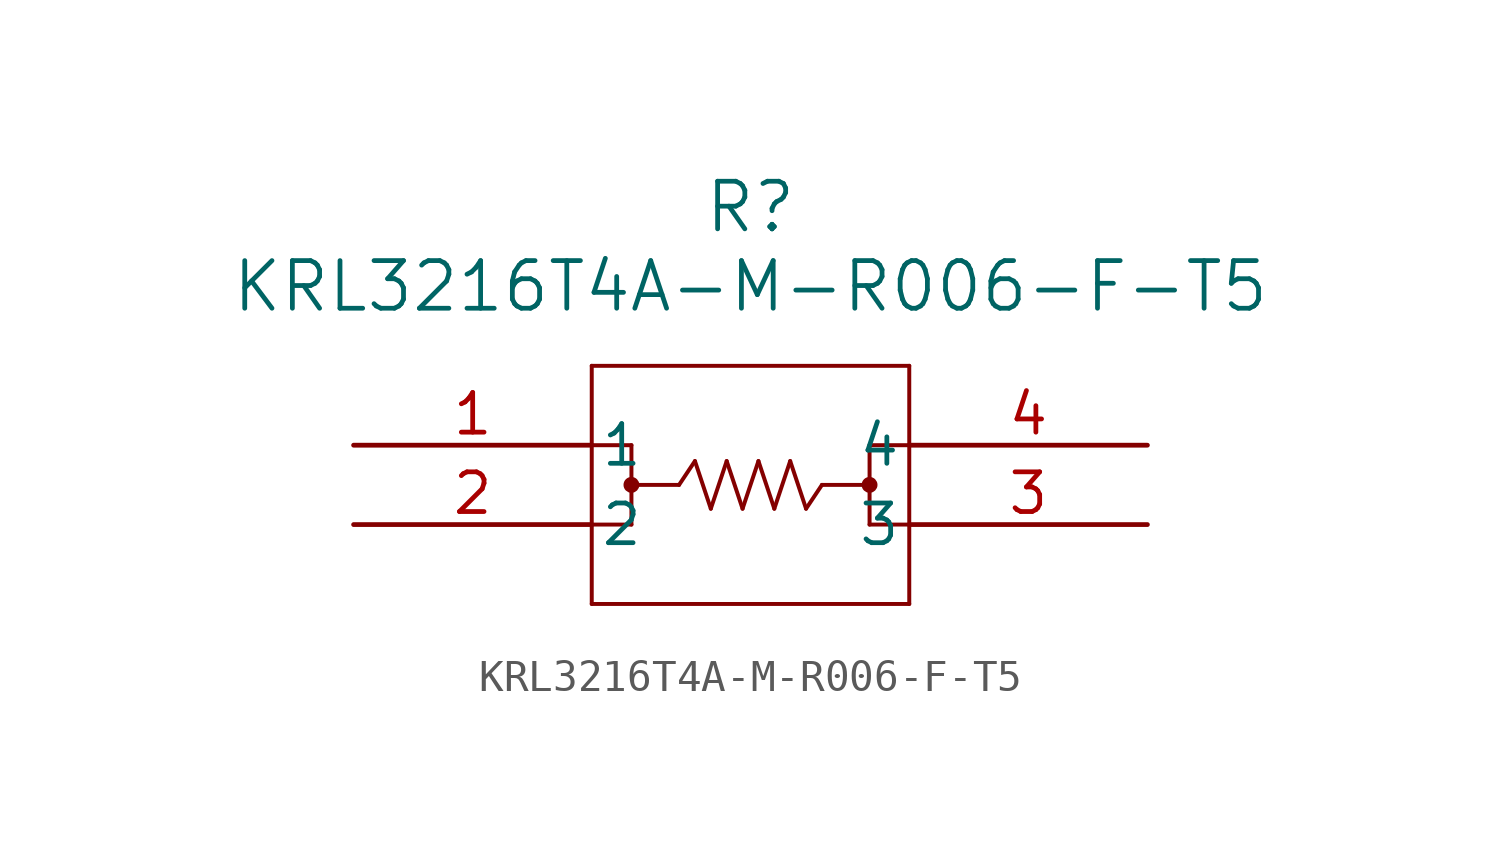
<source format=kicad_sym>
(kicad_symbol_lib
  (version 20231120)
  (generator "kicad_symbol_editor")
  (generator_version "8.0")
  (symbol "KRL3216T4A-M-R006-F-T5"
    (pin_names
      (offset 0.254))
    (property "Reference" "R"
      (at 12.7 7.62 0)
      (effects (font (size 1.524 1.524))))
    (property "Value" "KRL3216T4A-M-R006-F-T5"
      (at 12.7 5.08 0)
      (effects (font (size 1.524 1.524))))
    (property "ki_locked" ""
      (at 0 0 0)
      (effects (font (size 1.27 1.27))))
    (symbol "KRL3216T4A-M-R006-F-T5_0_1"
      (polyline (pts (xy 7.62 -5.08) (xy 17.78 -5.08)) (stroke (width 0.127) (type default)) (fill (type none)))
      (polyline (pts (xy 7.62 0) (xy 8.89 0)) (stroke (width 0.127) (type default)) (fill (type none)))
      (polyline (pts (xy 7.62 2.54) (xy 7.62 -5.08)) (stroke (width 0.127) (type default)) (fill (type none)))
      (polyline (pts (xy 8.89 -2.54) (xy 7.62 -2.54)) (stroke (width 0.127) (type default)) (fill (type none)))
      (polyline (pts (xy 8.89 0) (xy 8.89 -2.54)) (stroke (width 0.127) (type default)) (fill (type none)))
      (polyline (pts (xy 10.414 -1.27) (xy 8.89 -1.27)) (stroke (width 0.127) (type default)) (fill (type none)))
      (polyline (pts (xy 10.414 -1.27) (xy 10.922 -0.508)) (stroke (width 0.127) (type default)) (fill (type none)))
      (polyline (pts (xy 10.922 -0.508) (xy 11.43 -2.032)) (stroke (width 0.127) (type default)) (fill (type none)))
      (polyline (pts (xy 11.43 -2.032) (xy 11.938 -0.508)) (stroke (width 0.127) (type default)) (fill (type none)))
      (polyline (pts (xy 11.938 -0.508) (xy 12.446 -2.032)) (stroke (width 0.127) (type default)) (fill (type none)))
      (polyline (pts (xy 12.446 -2.032) (xy 12.954 -0.508)) (stroke (width 0.127) (type default)) (fill (type none)))
      (polyline (pts (xy 12.954 -0.508) (xy 13.462 -2.032)) (stroke (width 0.127) (type default)) (fill (type none)))
      (polyline (pts (xy 13.462 -2.032) (xy 13.97 -0.508)) (stroke (width 0.127) (type default)) (fill (type none)))
      (polyline (pts (xy 13.97 -0.508) (xy 14.478 -2.032)) (stroke (width 0.127) (type default)) (fill (type none)))
      (polyline (pts (xy 14.478 -2.032) (xy 14.986 -1.27)) (stroke (width 0.127) (type default)) (fill (type none)))
      (polyline (pts (xy 16.51 -1.27) (xy 14.986 -1.27)) (stroke (width 0.127) (type default)) (fill (type none)))
      (polyline (pts (xy 16.51 0) (xy 16.51 -2.54)) (stroke (width 0.127) (type default)) (fill (type none)))
      (polyline (pts (xy 17.78 -5.08) (xy 17.78 2.54)) (stroke (width 0.127) (type default)) (fill (type none)))
      (polyline (pts (xy 17.78 -2.54) (xy 16.51 -2.54)) (stroke (width 0.127) (type default)) (fill (type none)))
      (polyline (pts (xy 17.78 0) (xy 16.51 0)) (stroke (width 0.127) (type default)) (fill (type none)))
      (polyline (pts (xy 17.78 2.54) (xy 7.62 2.54)) (stroke (width 0.127) (type default)) (fill (type none)))
      (circle (center 8.89 -1.27) (radius 0.127) (stroke (width 0.254) (type default)) (fill (type none)))
      (circle (center 16.51 -1.27) (radius 0.127) (stroke (width 0.254) (type default)) (fill (type none)))
      (pin unspecified line (at 0 0 0) (length 7.62) (name "1" (effects (font (size 1.27 1.27)))) (number "1" (effects (font (size 1.27 1.27)))))
      (pin unspecified line (at 0 -2.54 0) (length 7.62) (name "2" (effects (font (size 1.27 1.27)))) (number "2" (effects (font (size 1.27 1.27)))))
      (pin unspecified line (at 25.4 -2.54 180) (length 7.62) (name "3" (effects (font (size 1.27 1.27)))) (number "3" (effects (font (size 1.27 1.27)))))
      (pin unspecified line (at 25.4 0 180) (length 7.62) (name "4" (effects (font (size 1.27 1.27)))) (number "4" (effects (font (size 1.27 1.27))))))))
</source>
